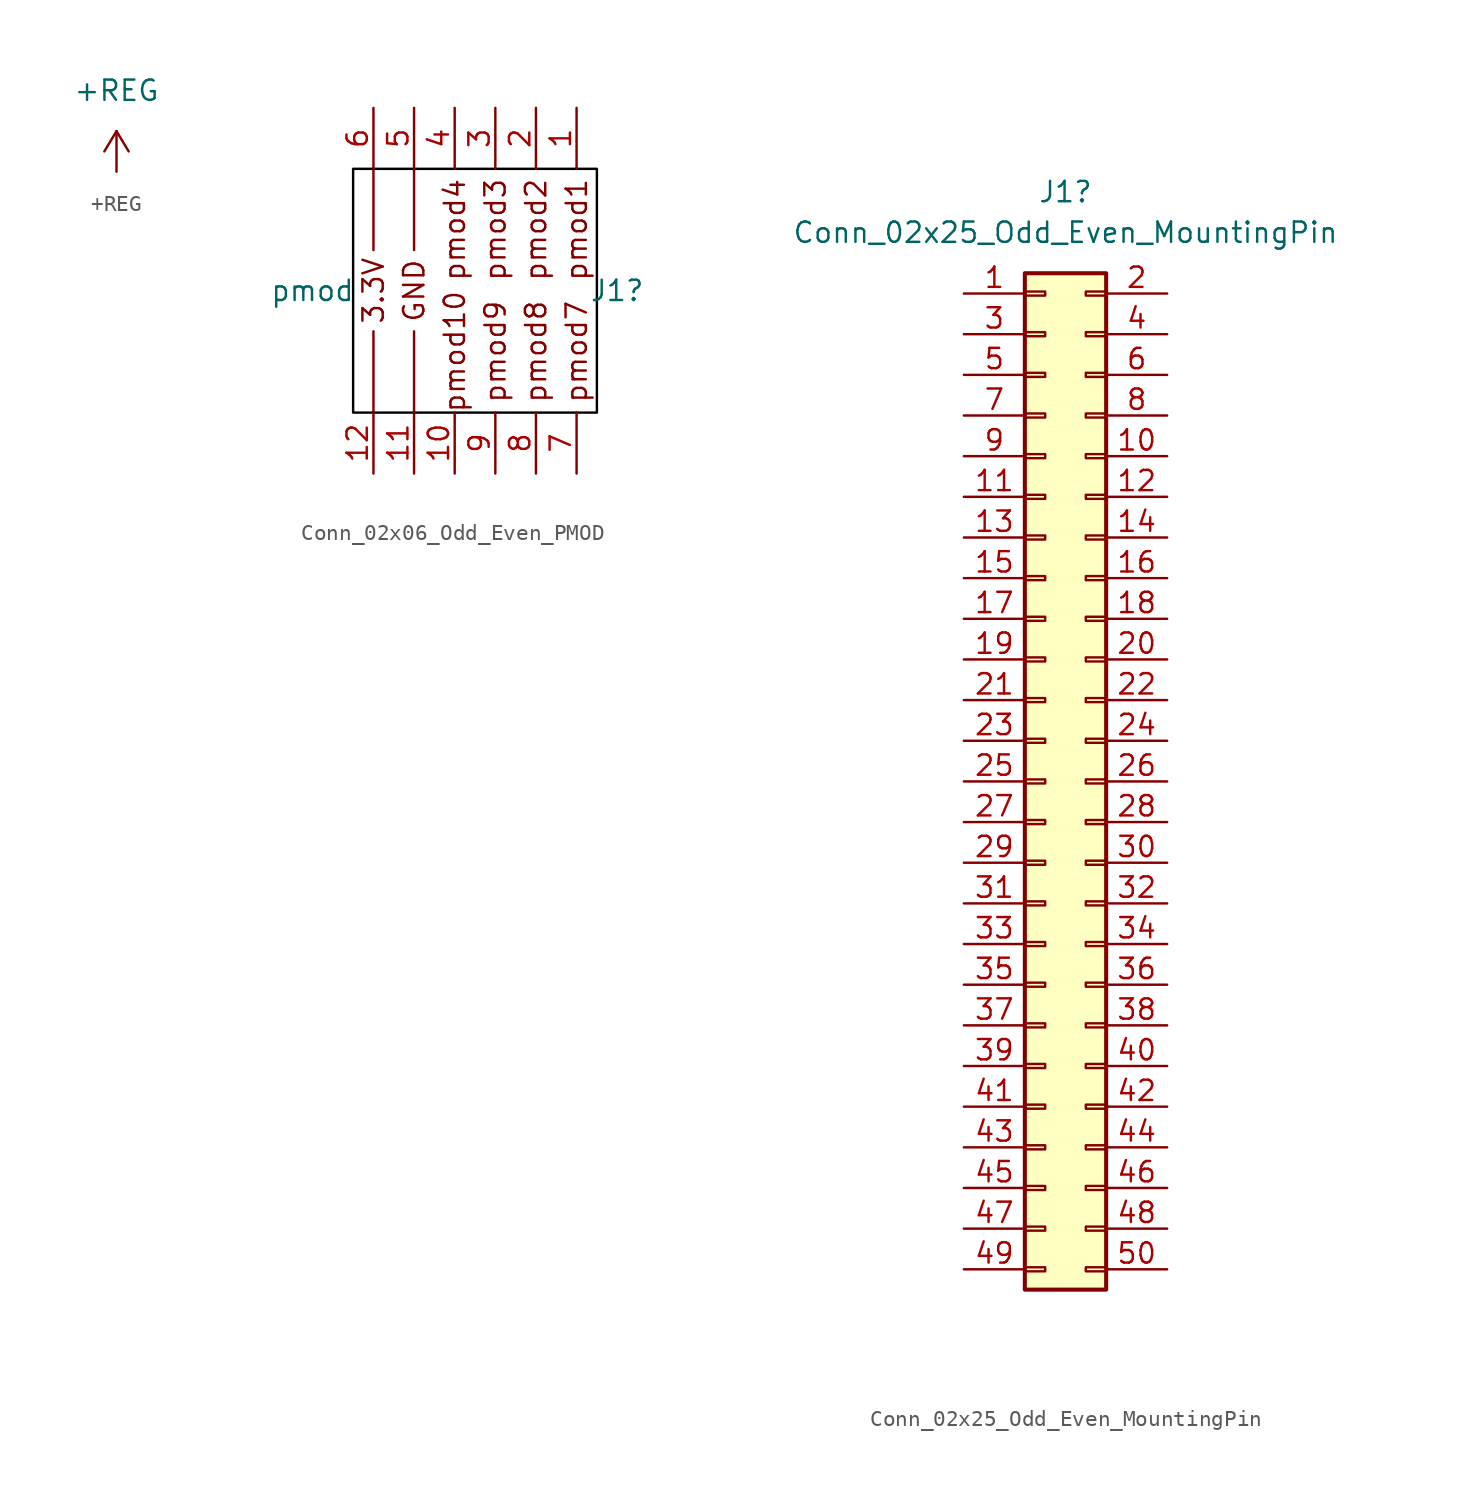
<source format=kicad_sym>
(kicad_symbol_lib
  (version 20241209)
  (generator "kicad_symbol_editor")
  (generator_version "9.0")
  (symbol "+REG"
    (power)
    (pin_names
      (offset 0))
    (property "Reference" "#PWR?"
      (at 0 -3.81 0)
      (effects (font (size 1.27 1.27)) (hide yes)))
    (property "Value" "+REG"
      (at 0 5.08 0)
      (effects (font (size 1.27 1.27))))
    (symbol "+REG_0_1"
      (polyline (pts (xy -0.762 1.27) (xy 0 2.54)) (stroke (width 0) (type default)) (fill (type none)))
      (polyline (pts (xy 0 2.54) (xy 0.762 1.27)) (stroke (width 0) (type default)) (fill (type none)))
      (polyline (pts (xy 0 0) (xy 0 2.54)) (stroke (width 0) (type default)) (fill (type none))))
    (symbol "+REG_1_1"
      (pin power_in line (at 0 0 90) (length 0) (hide yes) (name "+RAW" (effects (font (size 1.27 1.27)))) (number "1" (effects (font (size 1.27 1.27)))))))
  (symbol "Conn_02x06_Odd_Even_PMOD"
    (pin_names
      (offset 1.016)
      (hide yes))
    (property "Reference" "J1"
      (at 6.35 0 0)
      (effects (font (size 1.27 1.27))))
    (property "Value" "pmod"
      (at -12.7 0 0)
      (effects (font (size 1.27 1.27))))
    (symbol "Conn_02x06_Odd_Even_PMOD_1_1"
      (polyline (pts (xy -8.89 7.62) (xy -8.89 2.54)) (stroke (width 0) (type default)) (fill (type none)))
      (polyline (pts (xy -8.89 -7.62) (xy -8.89 -2.54)) (stroke (width 0) (type default)) (fill (type none)))
      (polyline (pts (xy -6.35 7.62) (xy -6.35 2.54)) (stroke (width 0) (type default)) (fill (type none)))
      (polyline (pts (xy -6.35 -7.62) (xy -6.35 -2.54)) (stroke (width 0) (type default)) (fill (type none)))
      (rectangle (start 5.08 -7.62) (end -10.16 7.62) (stroke (width 0) (type default) (color 0 0 0 1)) (fill (type none)))
      (text "3.3V" (at -8.89 0 900) (effects (font (size 1.27 1.27))))
      (text "GND" (at -6.35 0 900) (effects (font (size 1.27 1.27))))
      (text "pmod4" (at -3.81 3.81 900) (effects (font (size 1.27 1.27))))
      (text "pmod10" (at -3.81 -3.81 900) (effects (font (size 1.27 1.27))))
      (text "pmod3" (at -1.27 3.81 900) (effects (font (size 1.27 1.27))))
      (text "pmod9" (at -1.27 -3.81 900) (effects (font (size 1.27 1.27))))
      (text "pmod2" (at 1.27 3.81 900) (effects (font (size 1.27 1.27))))
      (text "pmod8" (at 1.27 -3.81 900) (effects (font (size 1.27 1.27))))
      (text "pmod1" (at 3.81 3.81 900) (effects (font (size 1.27 1.27))))
      (text "pmod7" (at 3.81 -3.81 900) (effects (font (size 1.27 1.27))))
      (pin passive line (at -8.89 11.43 270) (length 3.81) (name "Pin_6" (effects (font (size 1.27 1.27)))) (number "6" (effects (font (size 1.27 1.27)))))
      (pin passive line (at -8.89 -11.43 90) (length 3.81) (name "Pin_12" (effects (font (size 1.27 1.27)))) (number "12" (effects (font (size 1.27 1.27)))))
      (pin passive line (at -6.35 11.43 270) (length 3.81) (name "Pin_5" (effects (font (size 1.27 1.27)))) (number "5" (effects (font (size 1.27 1.27)))))
      (pin passive line (at -6.35 -11.43 90) (length 3.81) (name "Pin_11" (effects (font (size 1.27 1.27)))) (number "11" (effects (font (size 1.27 1.27)))))
      (pin passive line (at -3.81 11.43 270) (length 3.81) (name "Pin_4" (effects (font (size 1.27 1.27)))) (number "4" (effects (font (size 1.27 1.27)))))
      (pin passive line (at -3.81 -11.43 90) (length 3.81) (name "Pin_10" (effects (font (size 1.27 1.27)))) (number "10" (effects (font (size 1.27 1.27)))))
      (pin passive line (at -1.27 11.43 270) (length 3.81) (name "Pin_3" (effects (font (size 1.27 1.27)))) (number "3" (effects (font (size 1.27 1.27)))))
      (pin passive line (at -1.27 -11.43 90) (length 3.81) (name "Pin_9" (effects (font (size 1.27 1.27)))) (number "9" (effects (font (size 1.27 1.27)))))
      (pin passive line (at 1.27 11.43 270) (length 3.81) (name "Pin_2" (effects (font (size 1.27 1.27)))) (number "2" (effects (font (size 1.27 1.27)))))
      (pin passive line (at 1.27 -11.43 90) (length 3.81) (name "Pin_8" (effects (font (size 1.27 1.27)))) (number "8" (effects (font (size 1.27 1.27)))))
      (pin passive line (at 3.81 11.43 270) (length 3.81) (name "Pin_1" (effects (font (size 1.27 1.27)))) (number "1" (effects (font (size 1.27 1.27)))))
      (pin passive line (at 3.81 -11.43 90) (length 3.81) (name "Pin_7" (effects (font (size 1.27 1.27)))) (number "7" (effects (font (size 1.27 1.27)))))))
  (symbol "Conn_02x25_Odd_Even_MountingPin"
    (pin_names
      (offset 1.016)
      (hide yes))
    (property "Reference" "J1"
      (at 1.27 36.83 0)
      (effects (font (size 1.27 1.27))))
    (property "Value" "Conn_02x25_Odd_Even_MountingPin"
      (at 1.27 34.29 0)
      (effects (font (size 1.27 1.27))))
    (symbol "Conn_02x25_Odd_Even_MountingPin_1_1"
      (rectangle (start -1.27 31.75) (end 3.81 -31.75) (stroke (width 0.254) (type default)) (fill (type background)))
      (rectangle (start -1.27 30.607) (end 0 30.353) (stroke (width 0.152) (type default)) (fill (type none)))
      (rectangle (start -1.27 28.067) (end 0 27.813) (stroke (width 0.152) (type default)) (fill (type none)))
      (rectangle (start -1.27 25.527) (end 0 25.273) (stroke (width 0.152) (type default)) (fill (type none)))
      (rectangle (start -1.27 22.987) (end 0 22.733) (stroke (width 0.152) (type default)) (fill (type none)))
      (rectangle (start -1.27 20.447) (end 0 20.193) (stroke (width 0.152) (type default)) (fill (type none)))
      (rectangle (start -1.27 17.907) (end 0 17.653) (stroke (width 0.152) (type default)) (fill (type none)))
      (rectangle (start -1.27 15.367) (end 0 15.113) (stroke (width 0.152) (type default)) (fill (type none)))
      (rectangle (start -1.27 12.827) (end 0 12.573) (stroke (width 0.152) (type default)) (fill (type none)))
      (rectangle (start -1.27 10.287) (end 0 10.033) (stroke (width 0.152) (type default)) (fill (type none)))
      (rectangle (start -1.27 7.747) (end 0 7.493) (stroke (width 0.152) (type default)) (fill (type none)))
      (rectangle (start -1.27 5.207) (end 0 4.953) (stroke (width 0.152) (type default)) (fill (type none)))
      (rectangle (start -1.27 2.667) (end 0 2.413) (stroke (width 0.152) (type default)) (fill (type none)))
      (rectangle (start -1.27 0.127) (end 0 -0.127) (stroke (width 0.152) (type default)) (fill (type none)))
      (rectangle (start -1.27 -2.413) (end 0 -2.667) (stroke (width 0.152) (type default)) (fill (type none)))
      (rectangle (start -1.27 -4.953) (end 0 -5.207) (stroke (width 0.152) (type default)) (fill (type none)))
      (rectangle (start -1.27 -7.493) (end 0 -7.747) (stroke (width 0.152) (type default)) (fill (type none)))
      (rectangle (start -1.27 -10.033) (end 0 -10.287) (stroke (width 0.152) (type default)) (fill (type none)))
      (rectangle (start -1.27 -12.573) (end 0 -12.827) (stroke (width 0.152) (type default)) (fill (type none)))
      (rectangle (start -1.27 -15.113) (end 0 -15.367) (stroke (width 0.152) (type default)) (fill (type none)))
      (rectangle (start -1.27 -17.653) (end 0 -17.907) (stroke (width 0.152) (type default)) (fill (type none)))
      (rectangle (start -1.27 -20.193) (end 0 -20.447) (stroke (width 0.152) (type default)) (fill (type none)))
      (rectangle (start -1.27 -22.733) (end 0 -22.987) (stroke (width 0.152) (type default)) (fill (type none)))
      (rectangle (start -1.27 -25.273) (end 0 -25.527) (stroke (width 0.152) (type default)) (fill (type none)))
      (rectangle (start -1.27 -27.813) (end 0 -28.067) (stroke (width 0.152) (type default)) (fill (type none)))
      (rectangle (start -1.27 -30.353) (end 0 -30.607) (stroke (width 0.152) (type default)) (fill (type none)))
      (rectangle (start 3.81 30.607) (end 2.54 30.353) (stroke (width 0.152) (type default)) (fill (type none)))
      (rectangle (start 3.81 28.067) (end 2.54 27.813) (stroke (width 0.152) (type default)) (fill (type none)))
      (rectangle (start 3.81 25.527) (end 2.54 25.273) (stroke (width 0.152) (type default)) (fill (type none)))
      (rectangle (start 3.81 22.987) (end 2.54 22.733) (stroke (width 0.152) (type default)) (fill (type none)))
      (rectangle (start 3.81 20.447) (end 2.54 20.193) (stroke (width 0.152) (type default)) (fill (type none)))
      (rectangle (start 3.81 17.907) (end 2.54 17.653) (stroke (width 0.152) (type default)) (fill (type none)))
      (rectangle (start 3.81 15.367) (end 2.54 15.113) (stroke (width 0.152) (type default)) (fill (type none)))
      (rectangle (start 3.81 12.827) (end 2.54 12.573) (stroke (width 0.152) (type default)) (fill (type none)))
      (rectangle (start 3.81 10.287) (end 2.54 10.033) (stroke (width 0.152) (type default)) (fill (type none)))
      (rectangle (start 3.81 7.747) (end 2.54 7.493) (stroke (width 0.152) (type default)) (fill (type none)))
      (rectangle (start 3.81 5.207) (end 2.54 4.953) (stroke (width 0.152) (type default)) (fill (type none)))
      (rectangle (start 3.81 2.667) (end 2.54 2.413) (stroke (width 0.152) (type default)) (fill (type none)))
      (rectangle (start 3.81 0.127) (end 2.54 -0.127) (stroke (width 0.152) (type default)) (fill (type none)))
      (rectangle (start 3.81 -2.413) (end 2.54 -2.667) (stroke (width 0.152) (type default)) (fill (type none)))
      (rectangle (start 3.81 -4.953) (end 2.54 -5.207) (stroke (width 0.152) (type default)) (fill (type none)))
      (rectangle (start 3.81 -7.493) (end 2.54 -7.747) (stroke (width 0.152) (type default)) (fill (type none)))
      (rectangle (start 3.81 -10.033) (end 2.54 -10.287) (stroke (width 0.152) (type default)) (fill (type none)))
      (rectangle (start 3.81 -12.573) (end 2.54 -12.827) (stroke (width 0.152) (type default)) (fill (type none)))
      (rectangle (start 3.81 -15.113) (end 2.54 -15.367) (stroke (width 0.152) (type default)) (fill (type none)))
      (rectangle (start 3.81 -17.653) (end 2.54 -17.907) (stroke (width 0.152) (type default)) (fill (type none)))
      (rectangle (start 3.81 -20.193) (end 2.54 -20.447) (stroke (width 0.152) (type default)) (fill (type none)))
      (rectangle (start 3.81 -22.733) (end 2.54 -22.987) (stroke (width 0.152) (type default)) (fill (type none)))
      (rectangle (start 3.81 -25.273) (end 2.54 -25.527) (stroke (width 0.152) (type default)) (fill (type none)))
      (rectangle (start 3.81 -27.813) (end 2.54 -28.067) (stroke (width 0.152) (type default)) (fill (type none)))
      (rectangle (start 3.81 -30.353) (end 2.54 -30.607) (stroke (width 0.152) (type default)) (fill (type none)))
      (pin passive line (at -5.08 30.48 0) (length 3.81) (name "Pin_1" (effects (font (size 1.27 1.27)))) (number "1" (effects (font (size 1.27 1.27)))))
      (pin passive line (at -5.08 27.94 0) (length 3.81) (name "Pin_3" (effects (font (size 1.27 1.27)))) (number "3" (effects (font (size 1.27 1.27)))))
      (pin passive line (at -5.08 25.4 0) (length 3.81) (name "Pin_5" (effects (font (size 1.27 1.27)))) (number "5" (effects (font (size 1.27 1.27)))))
      (pin passive line (at -5.08 22.86 0) (length 3.81) (name "Pin_7" (effects (font (size 1.27 1.27)))) (number "7" (effects (font (size 1.27 1.27)))))
      (pin passive line (at -5.08 20.32 0) (length 3.81) (name "Pin_9" (effects (font (size 1.27 1.27)))) (number "9" (effects (font (size 1.27 1.27)))))
      (pin passive line (at -5.08 17.78 0) (length 3.81) (name "Pin_11" (effects (font (size 1.27 1.27)))) (number "11" (effects (font (size 1.27 1.27)))))
      (pin passive line (at -5.08 15.24 0) (length 3.81) (name "Pin_13" (effects (font (size 1.27 1.27)))) (number "13" (effects (font (size 1.27 1.27)))))
      (pin passive line (at -5.08 12.7 0) (length 3.81) (name "Pin_15" (effects (font (size 1.27 1.27)))) (number "15" (effects (font (size 1.27 1.27)))))
      (pin passive line (at -5.08 10.16 0) (length 3.81) (name "Pin_17" (effects (font (size 1.27 1.27)))) (number "17" (effects (font (size 1.27 1.27)))))
      (pin passive line (at -5.08 7.62 0) (length 3.81) (name "Pin_19" (effects (font (size 1.27 1.27)))) (number "19" (effects (font (size 1.27 1.27)))))
      (pin passive line (at -5.08 5.08 0) (length 3.81) (name "Pin_21" (effects (font (size 1.27 1.27)))) (number "21" (effects (font (size 1.27 1.27)))))
      (pin passive line (at -5.08 2.54 0) (length 3.81) (name "Pin_23" (effects (font (size 1.27 1.27)))) (number "23" (effects (font (size 1.27 1.27)))))
      (pin passive line (at -5.08 0 0) (length 3.81) (name "Pin_25" (effects (font (size 1.27 1.27)))) (number "25" (effects (font (size 1.27 1.27)))))
      (pin passive line (at -5.08 -2.54 0) (length 3.81) (name "Pin_27" (effects (font (size 1.27 1.27)))) (number "27" (effects (font (size 1.27 1.27)))))
      (pin passive line (at -5.08 -5.08 0) (length 3.81) (name "Pin_29" (effects (font (size 1.27 1.27)))) (number "29" (effects (font (size 1.27 1.27)))))
      (pin passive line (at -5.08 -7.62 0) (length 3.81) (name "Pin_31" (effects (font (size 1.27 1.27)))) (number "31" (effects (font (size 1.27 1.27)))))
      (pin passive line (at -5.08 -10.16 0) (length 3.81) (name "Pin_33" (effects (font (size 1.27 1.27)))) (number "33" (effects (font (size 1.27 1.27)))))
      (pin passive line (at -5.08 -12.7 0) (length 3.81) (name "Pin_35" (effects (font (size 1.27 1.27)))) (number "35" (effects (font (size 1.27 1.27)))))
      (pin passive line (at -5.08 -15.24 0) (length 3.81) (name "Pin_37" (effects (font (size 1.27 1.27)))) (number "37" (effects (font (size 1.27 1.27)))))
      (pin passive line (at -5.08 -17.78 0) (length 3.81) (name "Pin_39" (effects (font (size 1.27 1.27)))) (number "39" (effects (font (size 1.27 1.27)))))
      (pin passive line (at -5.08 -20.32 0) (length 3.81) (name "Pin_41" (effects (font (size 1.27 1.27)))) (number "41" (effects (font (size 1.27 1.27)))))
      (pin passive line (at -5.08 -22.86 0) (length 3.81) (name "Pin_43" (effects (font (size 1.27 1.27)))) (number "43" (effects (font (size 1.27 1.27)))))
      (pin passive line (at -5.08 -25.4 0) (length 3.81) (name "Pin_45" (effects (font (size 1.27 1.27)))) (number "45" (effects (font (size 1.27 1.27)))))
      (pin passive line (at -5.08 -27.94 0) (length 3.81) (name "Pin_47" (effects (font (size 1.27 1.27)))) (number "47" (effects (font (size 1.27 1.27)))))
      (pin passive line (at -5.08 -30.48 0) (length 3.81) (name "Pin_49" (effects (font (size 1.27 1.27)))) (number "49" (effects (font (size 1.27 1.27)))))
      (pin passive line (at 7.62 30.48 180) (length 3.81) (name "Pin_2" (effects (font (size 1.27 1.27)))) (number "2" (effects (font (size 1.27 1.27)))))
      (pin passive line (at 7.62 27.94 180) (length 3.81) (name "Pin_4" (effects (font (size 1.27 1.27)))) (number "4" (effects (font (size 1.27 1.27)))))
      (pin passive line (at 7.62 25.4 180) (length 3.81) (name "Pin_6" (effects (font (size 1.27 1.27)))) (number "6" (effects (font (size 1.27 1.27)))))
      (pin passive line (at 7.62 22.86 180) (length 3.81) (name "Pin_8" (effects (font (size 1.27 1.27)))) (number "8" (effects (font (size 1.27 1.27)))))
      (pin passive line (at 7.62 20.32 180) (length 3.81) (name "Pin_10" (effects (font (size 1.27 1.27)))) (number "10" (effects (font (size 1.27 1.27)))))
      (pin passive line (at 7.62 17.78 180) (length 3.81) (name "Pin_12" (effects (font (size 1.27 1.27)))) (number "12" (effects (font (size 1.27 1.27)))))
      (pin passive line (at 7.62 15.24 180) (length 3.81) (name "Pin_14" (effects (font (size 1.27 1.27)))) (number "14" (effects (font (size 1.27 1.27)))))
      (pin passive line (at 7.62 12.7 180) (length 3.81) (name "Pin_16" (effects (font (size 1.27 1.27)))) (number "16" (effects (font (size 1.27 1.27)))))
      (pin passive line (at 7.62 10.16 180) (length 3.81) (name "Pin_18" (effects (font (size 1.27 1.27)))) (number "18" (effects (font (size 1.27 1.27)))))
      (pin passive line (at 7.62 7.62 180) (length 3.81) (name "Pin_20" (effects (font (size 1.27 1.27)))) (number "20" (effects (font (size 1.27 1.27)))))
      (pin passive line (at 7.62 5.08 180) (length 3.81) (name "Pin_22" (effects (font (size 1.27 1.27)))) (number "22" (effects (font (size 1.27 1.27)))))
      (pin passive line (at 7.62 2.54 180) (length 3.81) (name "Pin_24" (effects (font (size 1.27 1.27)))) (number "24" (effects (font (size 1.27 1.27)))))
      (pin passive line (at 7.62 0 180) (length 3.81) (name "Pin_26" (effects (font (size 1.27 1.27)))) (number "26" (effects (font (size 1.27 1.27)))))
      (pin passive line (at 7.62 -2.54 180) (length 3.81) (name "Pin_28" (effects (font (size 1.27 1.27)))) (number "28" (effects (font (size 1.27 1.27)))))
      (pin passive line (at 7.62 -5.08 180) (length 3.81) (name "Pin_30" (effects (font (size 1.27 1.27)))) (number "30" (effects (font (size 1.27 1.27)))))
      (pin passive line (at 7.62 -7.62 180) (length 3.81) (name "Pin_32" (effects (font (size 1.27 1.27)))) (number "32" (effects (font (size 1.27 1.27)))))
      (pin passive line (at 7.62 -10.16 180) (length 3.81) (name "Pin_34" (effects (font (size 1.27 1.27)))) (number "34" (effects (font (size 1.27 1.27)))))
      (pin passive line (at 7.62 -12.7 180) (length 3.81) (name "Pin_36" (effects (font (size 1.27 1.27)))) (number "36" (effects (font (size 1.27 1.27)))))
      (pin passive line (at 7.62 -15.24 180) (length 3.81) (name "Pin_38" (effects (font (size 1.27 1.27)))) (number "38" (effects (font (size 1.27 1.27)))))
      (pin passive line (at 7.62 -17.78 180) (length 3.81) (name "Pin_40" (effects (font (size 1.27 1.27)))) (number "40" (effects (font (size 1.27 1.27)))))
      (pin passive line (at 7.62 -20.32 180) (length 3.81) (name "Pin_42" (effects (font (size 1.27 1.27)))) (number "42" (effects (font (size 1.27 1.27)))))
      (pin passive line (at 7.62 -22.86 180) (length 3.81) (name "Pin_44" (effects (font (size 1.27 1.27)))) (number "44" (effects (font (size 1.27 1.27)))))
      (pin passive line (at 7.62 -25.4 180) (length 3.81) (name "Pin_46" (effects (font (size 1.27 1.27)))) (number "46" (effects (font (size 1.27 1.27)))))
      (pin passive line (at 7.62 -27.94 180) (length 3.81) (name "Pin_48" (effects (font (size 1.27 1.27)))) (number "48" (effects (font (size 1.27 1.27)))))
      (pin passive line (at 7.62 -30.48 180) (length 3.81) (name "Pin_50" (effects (font (size 1.27 1.27)))) (number "50" (effects (font (size 1.27 1.27))))))))
</source>
